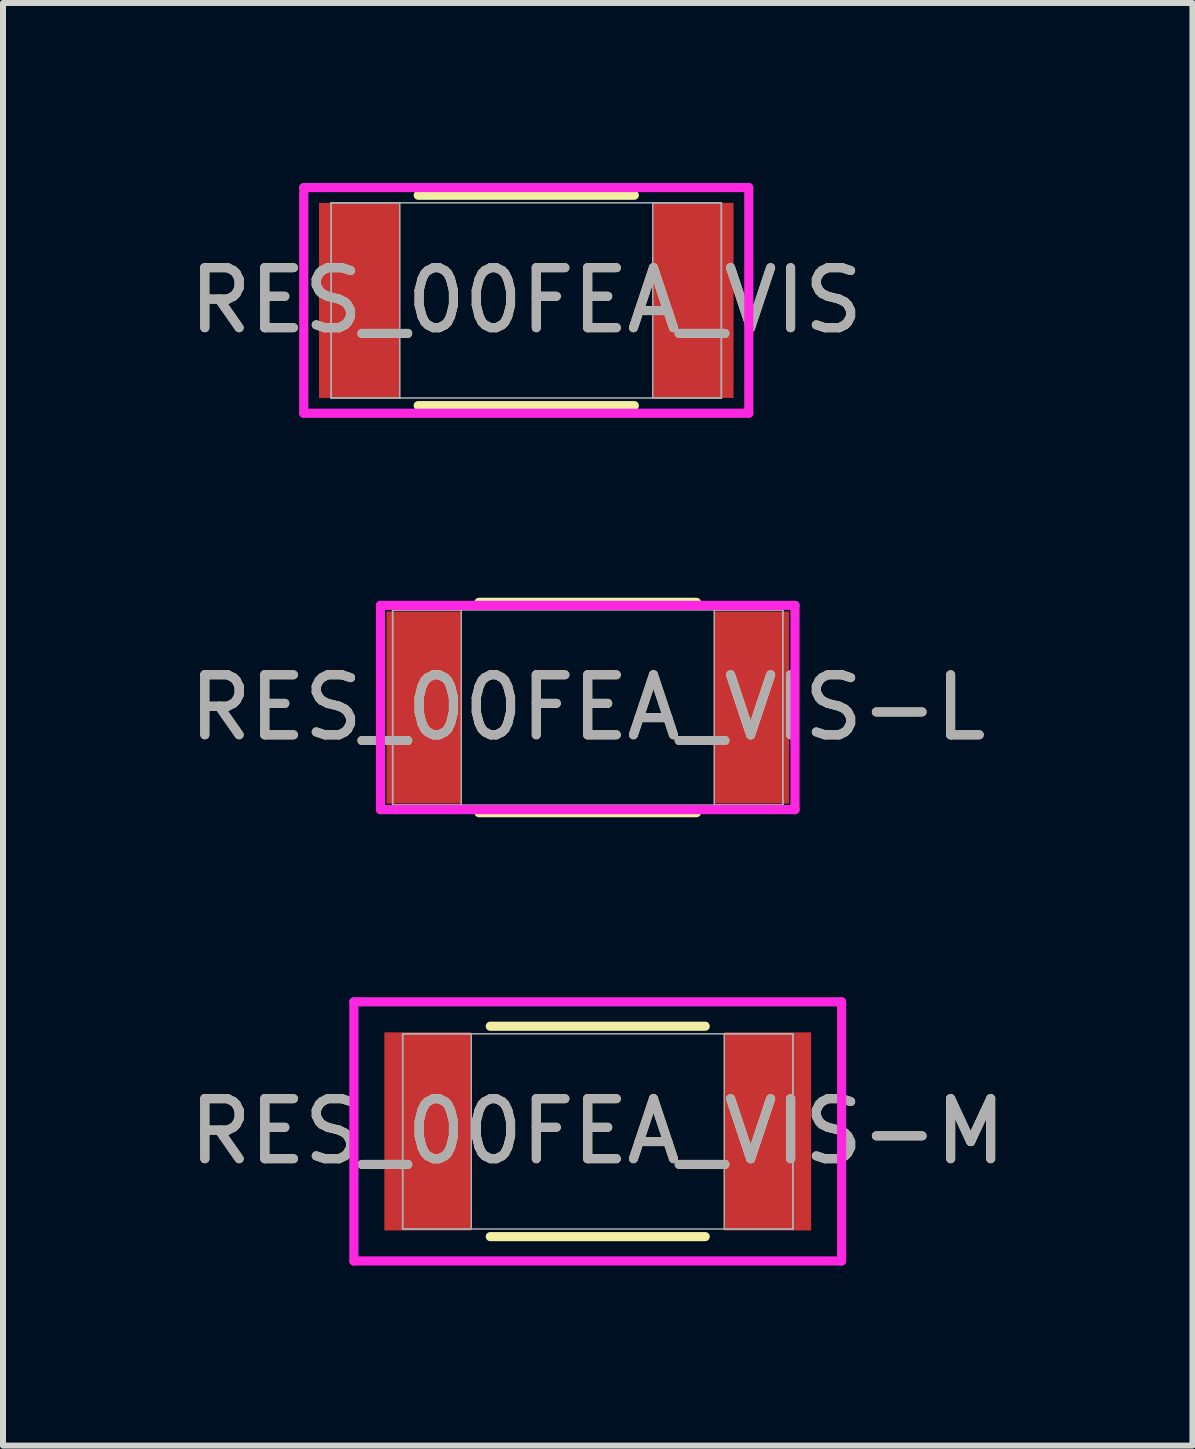
<source format=kicad_pcb>
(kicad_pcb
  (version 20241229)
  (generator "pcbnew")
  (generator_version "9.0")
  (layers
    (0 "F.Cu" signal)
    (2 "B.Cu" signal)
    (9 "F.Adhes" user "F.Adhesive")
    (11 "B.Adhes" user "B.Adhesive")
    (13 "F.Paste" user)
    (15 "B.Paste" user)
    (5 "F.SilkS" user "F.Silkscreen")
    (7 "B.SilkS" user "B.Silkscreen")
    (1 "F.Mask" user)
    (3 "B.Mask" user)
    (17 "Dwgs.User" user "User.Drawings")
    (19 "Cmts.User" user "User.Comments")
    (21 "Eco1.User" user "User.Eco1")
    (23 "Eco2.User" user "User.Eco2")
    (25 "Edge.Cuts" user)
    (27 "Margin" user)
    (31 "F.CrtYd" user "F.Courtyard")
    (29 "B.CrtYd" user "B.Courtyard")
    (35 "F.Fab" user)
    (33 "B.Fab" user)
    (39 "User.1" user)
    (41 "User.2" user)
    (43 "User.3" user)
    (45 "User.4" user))
  (footprint "RES_00FEA_VIS-L"
    (layer "F.Cu")
    (at 6.744 8.74)
    (property "Reference" "RES_00FEA_VIS-L" (at 0 0 0) (unlocked yes) (layer "F.SilkS") (effects (font (size 1 1) (thickness 0.15))))
    (attr smd)
    (fp_line (start -1.812 1.753) (end 1.812 1.753) (stroke (width 0.152) (type solid)) (layer "F.SilkS"))
    (fp_line (start 1.812 -1.753) (end -1.812 -1.753) (stroke (width 0.152) (type solid)) (layer "F.SilkS"))
    (fp_line (start -3.454 -1.702) (end 3.454 -1.702) (stroke (width 0.152) (type solid)) (layer "F.CrtYd"))
    (fp_line (start -3.454 1.702) (end -3.454 -1.702) (stroke (width 0.152) (type solid)) (layer "F.CrtYd"))
    (fp_line (start 3.454 -1.702) (end 3.454 1.702) (stroke (width 0.152) (type solid)) (layer "F.CrtYd"))
    (fp_line (start 3.454 1.702) (end -3.454 1.702) (stroke (width 0.152) (type solid)) (layer "F.CrtYd"))
    (fp_line (start -3.251 -1.626) (end -3.251 1.626) (stroke (width 0.025) (type solid)) (layer "F.Fab"))
    (fp_line (start -3.251 -1.626) (end -3.251 1.626) (stroke (width 0.025) (type solid)) (layer "F.Fab"))
    (fp_line (start -3.251 1.626) (end -2.108 1.626) (stroke (width 0.025) (type solid)) (layer "F.Fab"))
    (fp_line (start -3.251 1.626) (end 3.251 1.626) (stroke (width 0.025) (type solid)) (layer "F.Fab"))
    (fp_line (start -2.108 -1.626) (end -3.251 -1.626) (stroke (width 0.025) (type solid)) (layer "F.Fab"))
    (fp_line (start -2.108 1.626) (end -2.108 -1.626) (stroke (width 0.025) (type solid)) (layer "F.Fab"))
    (fp_line (start 2.108 -1.626) (end 2.108 1.626) (stroke (width 0.025) (type solid)) (layer "F.Fab"))
    (fp_line (start 2.108 1.626) (end 3.251 1.626) (stroke (width 0.025) (type solid)) (layer "F.Fab"))
    (fp_line (start 3.251 -1.626) (end -3.251 -1.626) (stroke (width 0.025) (type solid)) (layer "F.Fab"))
    (fp_line (start 3.251 -1.626) (end 2.108 -1.626) (stroke (width 0.025) (type solid)) (layer "F.Fab"))
    (fp_line (start 3.251 1.626) (end 3.251 -1.626) (stroke (width 0.025) (type solid)) (layer "F.Fab"))
    (fp_line (start 3.251 1.626) (end 3.251 -1.626) (stroke (width 0.025) (type solid)) (layer "F.Fab"))
    (fp_text user "${REFERENCE}" (at 0 0 0) (unlocked yes) (layer "F.Fab") (effects (font (size 1 1) (thickness 0.15))))
    (pad "1" smd rect (at -2.731 0) (size 1.245 3.2) (layers "F.Cu" "F.Mask" "F.Paste"))
    (pad "2" smd rect (at 2.731 0) (size 1.245 3.2) (layers "F.Cu" "F.Mask" "F.Paste"))
    (zone (net_name "") (layer "F.Cu") (hatch full 0.508) (connect_pads) (min_thickness 0.254) (filled_areas_thickness no) (keepout (tracks not_allowed) (vias not_allowed) (pads allowed) (copperpour not_allowed) (footprints allowed)) (placement (enabled no)) (fill) (polygon (pts (xy 4.687 7.166) (xy 8.801 7.166) (xy 8.801 10.315) (xy 4.687 10.315)))))
  (footprint "RES_00FEA_VIS"
    (layer "F.Cu")
    (at 5.72 1.956)
    (property "Reference" "RES_00FEA_VIS" (at 0 0 0) (unlocked yes) (layer "F.SilkS") (effects (font (size 1 1) (thickness 0.15))))
    (attr smd)
    (fp_line (start -1.801 1.753) (end 1.801 1.753) (stroke (width 0.152) (type solid)) (layer "F.SilkS"))
    (fp_line (start 1.801 -1.753) (end -1.801 -1.753) (stroke (width 0.152) (type solid)) (layer "F.SilkS"))
    (fp_line (start -3.708 -1.88) (end 3.708 -1.88) (stroke (width 0.152) (type solid)) (layer "F.CrtYd"))
    (fp_line (start -3.708 1.88) (end -3.708 -1.88) (stroke (width 0.152) (type solid)) (layer "F.CrtYd"))
    (fp_line (start 3.708 -1.88) (end 3.708 1.88) (stroke (width 0.152) (type solid)) (layer "F.CrtYd"))
    (fp_line (start 3.708 1.88) (end -3.708 1.88) (stroke (width 0.152) (type solid)) (layer "F.CrtYd"))
    (fp_line (start -3.251 -1.626) (end -3.251 1.626) (stroke (width 0.025) (type solid)) (layer "F.Fab"))
    (fp_line (start -3.251 -1.626) (end -3.251 1.626) (stroke (width 0.025) (type solid)) (layer "F.Fab"))
    (fp_line (start -3.251 1.626) (end -2.108 1.626) (stroke (width 0.025) (type solid)) (layer "F.Fab"))
    (fp_line (start -3.251 1.626) (end 3.251 1.626) (stroke (width 0.025) (type solid)) (layer "F.Fab"))
    (fp_line (start -2.108 -1.626) (end -3.251 -1.626) (stroke (width 0.025) (type solid)) (layer "F.Fab"))
    (fp_line (start -2.108 1.626) (end -2.108 -1.626) (stroke (width 0.025) (type solid)) (layer "F.Fab"))
    (fp_line (start 2.108 -1.626) (end 2.108 1.626) (stroke (width 0.025) (type solid)) (layer "F.Fab"))
    (fp_line (start 2.108 1.626) (end 3.251 1.626) (stroke (width 0.025) (type solid)) (layer "F.Fab"))
    (fp_line (start 3.251 -1.626) (end -3.251 -1.626) (stroke (width 0.025) (type solid)) (layer "F.Fab"))
    (fp_line (start 3.251 -1.626) (end 2.108 -1.626) (stroke (width 0.025) (type solid)) (layer "F.Fab"))
    (fp_line (start 3.251 1.626) (end 3.251 -1.626) (stroke (width 0.025) (type solid)) (layer "F.Fab"))
    (fp_line (start 3.251 1.626) (end 3.251 -1.626) (stroke (width 0.025) (type solid)) (layer "F.Fab"))
    (fp_text user "${REFERENCE}" (at 0 0 0) (unlocked yes) (layer "F.Fab") (effects (font (size 1 1) (thickness 0.15))))
    (pad "1" smd rect (at -2.781 0) (size 1.346 3.251) (layers "F.Cu" "F.Mask" "F.Paste"))
    (pad "2" smd rect (at 2.781 0) (size 1.346 3.251) (layers "F.Cu" "F.Mask" "F.Paste"))
    (zone (net_name "") (layer "F.Cu") (hatch full 0.508) (connect_pads) (min_thickness 0.254) (filled_areas_thickness no) (keepout (tracks not_allowed) (vias not_allowed) (pads allowed) (copperpour not_allowed) (footprints allowed)) (placement (enabled no)) (fill) (polygon (pts (xy 3.663 0.381) (xy 7.778 0.381) (xy 7.778 3.531) (xy 3.663 3.531)))))
  (footprint "RES_00FEA_VIS-M"
    (layer "F.Cu")
    (at 6.911 15.804)
    (property "Reference" "RES_00FEA_VIS-M" (at 0 0 0) (unlocked yes) (layer "F.SilkS") (effects (font (size 1 1) (thickness 0.15))))
    (attr smd)
    (fp_line (start -1.791 1.753) (end 1.791 1.753) (stroke (width 0.152) (type solid)) (layer "F.SilkS"))
    (fp_line (start 1.791 -1.753) (end -1.791 -1.753) (stroke (width 0.152) (type solid)) (layer "F.SilkS"))
    (fp_line (start -4.064 -2.159) (end 4.064 -2.159) (stroke (width 0.152) (type solid)) (layer "F.CrtYd"))
    (fp_line (start -4.064 2.159) (end -4.064 -2.159) (stroke (width 0.152) (type solid)) (layer "F.CrtYd"))
    (fp_line (start 4.064 -2.159) (end 4.064 2.159) (stroke (width 0.152) (type solid)) (layer "F.CrtYd"))
    (fp_line (start 4.064 2.159) (end -4.064 2.159) (stroke (width 0.152) (type solid)) (layer "F.CrtYd"))
    (fp_line (start -3.251 -1.626) (end -3.251 1.626) (stroke (width 0.025) (type solid)) (layer "F.Fab"))
    (fp_line (start -3.251 -1.626) (end -3.251 1.626) (stroke (width 0.025) (type solid)) (layer "F.Fab"))
    (fp_line (start -3.251 1.626) (end -2.108 1.626) (stroke (width 0.025) (type solid)) (layer "F.Fab"))
    (fp_line (start -3.251 1.626) (end 3.251 1.626) (stroke (width 0.025) (type solid)) (layer "F.Fab"))
    (fp_line (start -2.108 -1.626) (end -3.251 -1.626) (stroke (width 0.025) (type solid)) (layer "F.Fab"))
    (fp_line (start -2.108 1.626) (end -2.108 -1.626) (stroke (width 0.025) (type solid)) (layer "F.Fab"))
    (fp_line (start 2.108 -1.626) (end 2.108 1.626) (stroke (width 0.025) (type solid)) (layer "F.Fab"))
    (fp_line (start 2.108 1.626) (end 3.251 1.626) (stroke (width 0.025) (type solid)) (layer "F.Fab"))
    (fp_line (start 3.251 -1.626) (end -3.251 -1.626) (stroke (width 0.025) (type solid)) (layer "F.Fab"))
    (fp_line (start 3.251 -1.626) (end 2.108 -1.626) (stroke (width 0.025) (type solid)) (layer "F.Fab"))
    (fp_line (start 3.251 1.626) (end 3.251 -1.626) (stroke (width 0.025) (type solid)) (layer "F.Fab"))
    (fp_line (start 3.251 1.626) (end 3.251 -1.626) (stroke (width 0.025) (type solid)) (layer "F.Fab"))
    (fp_text user "${REFERENCE}" (at 0 0 0) (unlocked yes) (layer "F.Fab") (effects (font (size 1 1) (thickness 0.15))))
    (pad "1" smd rect (at -2.832 0) (size 1.448 3.302) (layers "F.Cu" "F.Mask" "F.Paste"))
    (pad "2" smd rect (at 2.832 0) (size 1.448 3.302) (layers "F.Cu" "F.Mask" "F.Paste"))
    (zone (net_name "") (layer "F.Cu") (hatch full 0.508) (connect_pads) (min_thickness 0.254) (filled_areas_thickness no) (keepout (tracks not_allowed) (vias not_allowed) (pads allowed) (copperpour not_allowed) (footprints allowed)) (placement (enabled no)) (fill) (polygon (pts (xy 4.853 14.23) (xy 8.968 14.23) (xy 8.968 17.379) (xy 4.853 17.379)))))
  (gr_rect
    (start -3 -3)
    (end 16.821 21.04)
    (stroke (width 0.1) (type default))
    (fill no)
    (layer "Edge.Cuts")))
</source>
